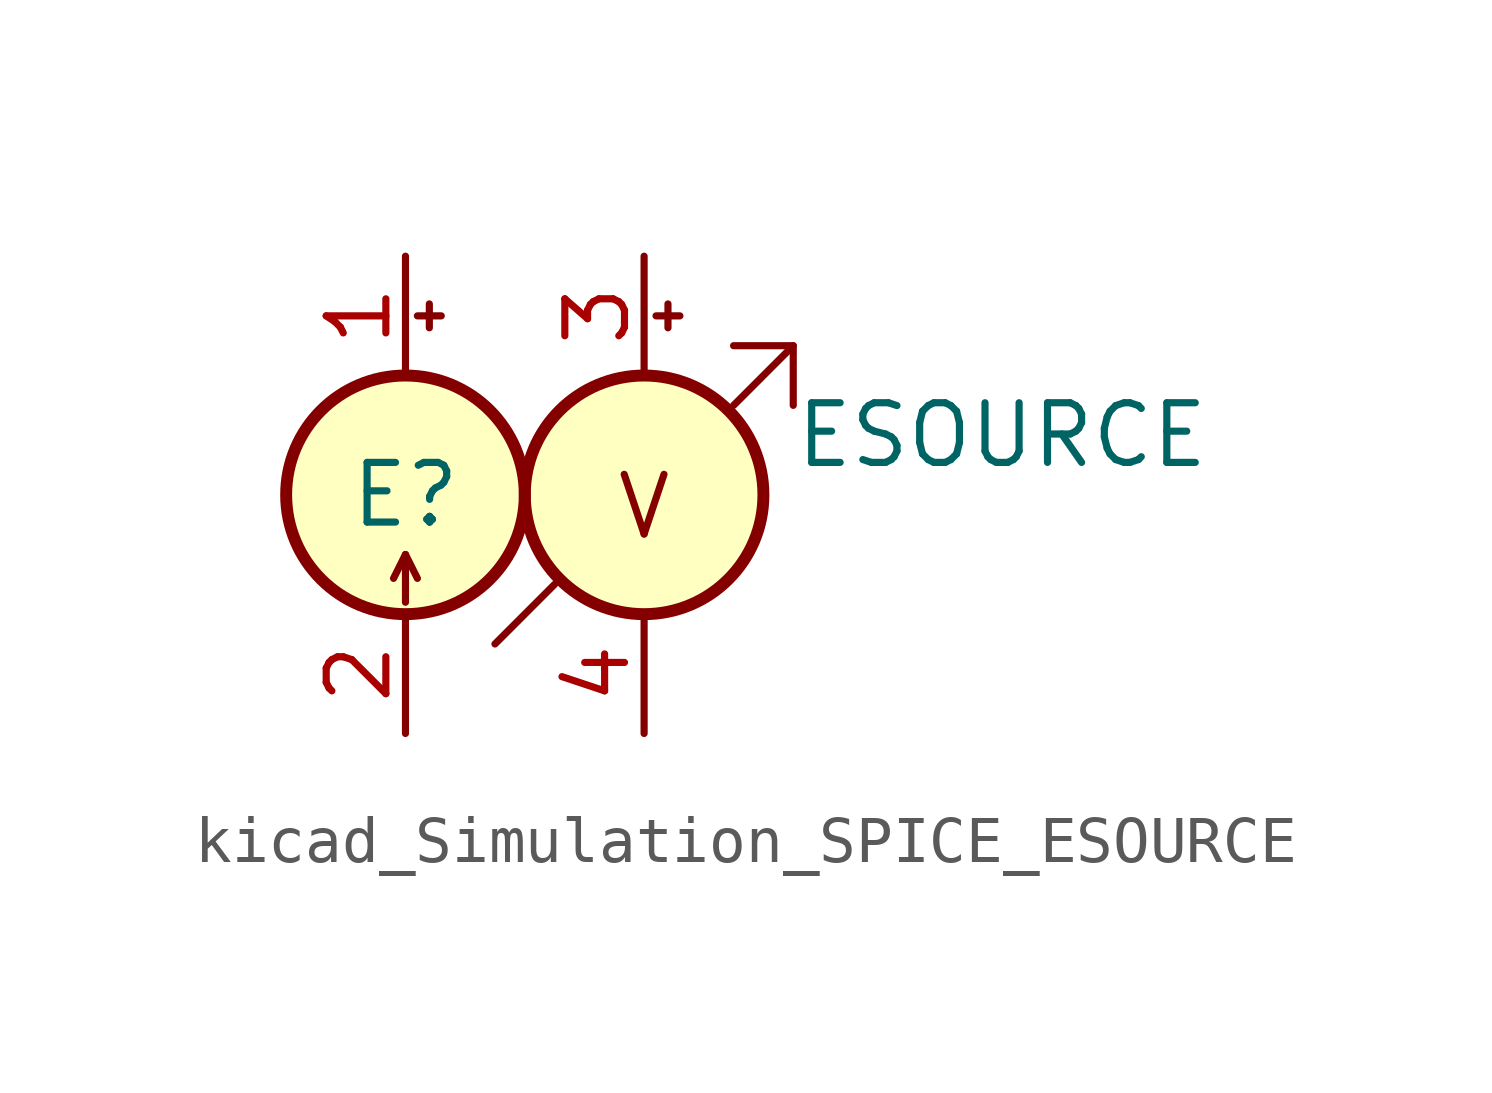
<source format=kicad_sym>
(kicad_symbol_lib
  (version 20220914)
  (generator kicad_symbol_editor)
  (symbol "kicad_Simulation_SPICE_ESOURCE"
    (pin_names
      (offset 1.016) hide)
    (property "Reference" "E"
      (at 0 0 0)
      (effects (font (size 1.27 1.27))))
    (property "Value" "ESOURCE"
      (at 12.7 1.27 0)
      (effects (font (size 1.27 1.27))))
    (symbol "kicad_Simulation_SPICE_ESOURCE_0_1"
      (polyline (pts (xy 0 -1.27) (xy 0 -2.286)) (stroke (width 0) (type default)) (fill (type none)))
      (polyline (pts (xy 0.254 -1.778) (xy 0 -1.27) (xy -0.254 -1.778)) (stroke (width 0) (type default)) (fill (type none)))
      (circle (center 0 0) (radius 2.54) (stroke (width 0.254) (type default)) (fill (type background))))
    (symbol "kicad_Simulation_SPICE_ESOURCE_1_1"
      (polyline (pts (xy 0.254 3.81) (xy 0.762 3.81)) (stroke (width 0) (type default)) (fill (type none)))
      (polyline (pts (xy 0.508 4.064) (xy 0.508 3.556)) (stroke (width 0) (type default)) (fill (type none)))
      (polyline (pts (xy 1.905 -3.175) (xy 3.175 -1.905)) (stroke (width 0) (type default)) (fill (type none)))
      (polyline (pts (xy 5.334 3.81) (xy 5.842 3.81)) (stroke (width 0) (type default)) (fill (type none)))
      (polyline (pts (xy 5.588 4.064) (xy 5.588 3.556)) (stroke (width 0) (type default)) (fill (type none)))
      (polyline (pts (xy 6.985 1.905) (xy 8.255 3.175)) (stroke (width 0) (type default)) (fill (type none)))
      (polyline (pts (xy 6.985 3.175) (xy 8.255 3.175) (xy 8.255 1.905)) (stroke (width 0) (type default)) (fill (type none)))
      (circle (center 5.08 0) (radius 2.54) (stroke (width 0.254) (type default)) (fill (type background)))
      (text "V" (at 5.08 -0.254 0) (effects (font (size 1.27 1.27))))
      (pin input line (at 0 5.08 270) (length 2.54) (name "N+" (effects (font (size 1.27 1.27)))) (number "1" (effects (font (size 1.27 1.27)))))
      (pin input line (at 0 -5.08 90) (length 2.54) (name "N-" (effects (font (size 1.27 1.27)))) (number "2" (effects (font (size 1.27 1.27)))))
      (pin passive line (at 5.08 5.08 270) (length 2.54) (name "C+" (effects (font (size 1.27 1.27)))) (number "3" (effects (font (size 1.27 1.27)))))
      (pin passive line (at 5.08 -5.08 90) (length 2.54) (name "C-" (effects (font (size 1.27 1.27)))) (number "4" (effects (font (size 1.27 1.27))))))))
</source>
